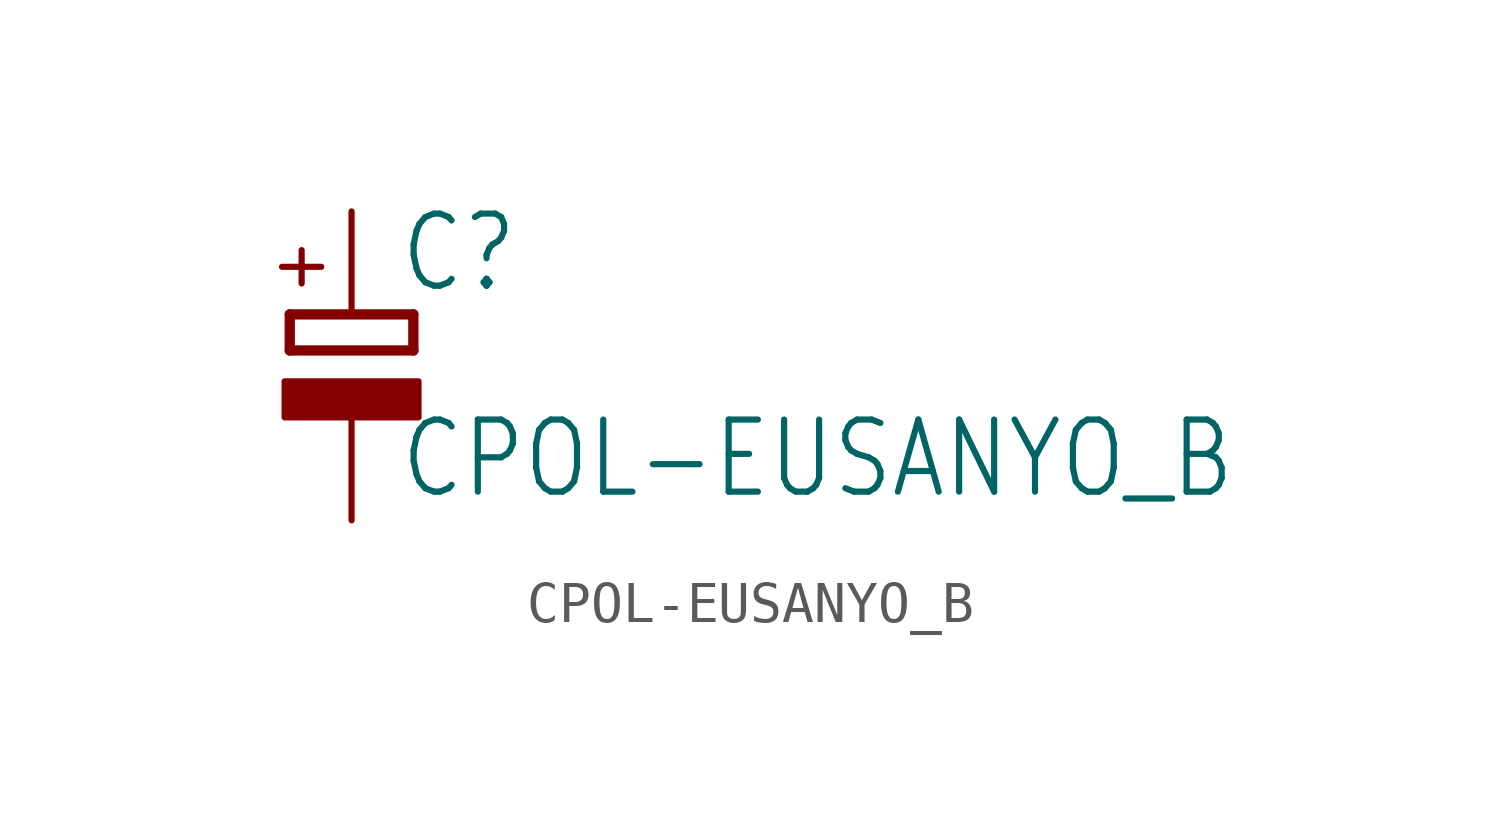
<source format=kicad_sym>
(kicad_symbol_lib
  (version 20210619)
  (generator kicad_symbol_editor)
  (symbol "CPOL-EUSANYO_B"
    (property "Reference" "C"
      (at 1.143 0.483 0)
      (effects (font (size 1.778 1.511)) (justify left bottom)))
    (property "Value" "CPOL-EUSANYO_B"
      (at 1.143 -4.597 0)
      (effects (font (size 1.778 1.511)) (justify left bottom)))
    (property "ki_locked" ""
      (at 0 0 0)
      (effects (font (size 1.27 1.27))))
    (symbol "CPOL-EUSANYO_B_1_0"
      (text "+" (at -0.584 0.406 900) (effects (font (size 1.27 1.079)) (justify left bottom)))
      (rectangle (start -1.651 -2.54) (end 1.651 -1.651) (stroke (width 0)) (fill (type outline)))
      (polyline (pts (xy -1.524 -0.889) (xy 1.524 -0.889)) (stroke (width 0.254)) (fill (type none)))
      (polyline (pts (xy -1.524 0) (xy -1.524 -0.889)) (stroke (width 0.254)) (fill (type none)))
      (polyline (pts (xy -1.524 0) (xy 1.524 0)) (stroke (width 0.254)) (fill (type none)))
      (polyline (pts (xy 1.524 -0.889) (xy 1.524 0)) (stroke (width 0.254)) (fill (type none)))
      (pin passive line (at 0 2.54 270) (length 2.54) (name "+" (effects (font (size 0 0)))) (number "+" (effects (font (size 0 0)))))
      (pin passive line (at 0 -5.08 90) (length 2.54) (name "-" (effects (font (size 0 0)))) (number "-" (effects (font (size 0 0))))))))
</source>
